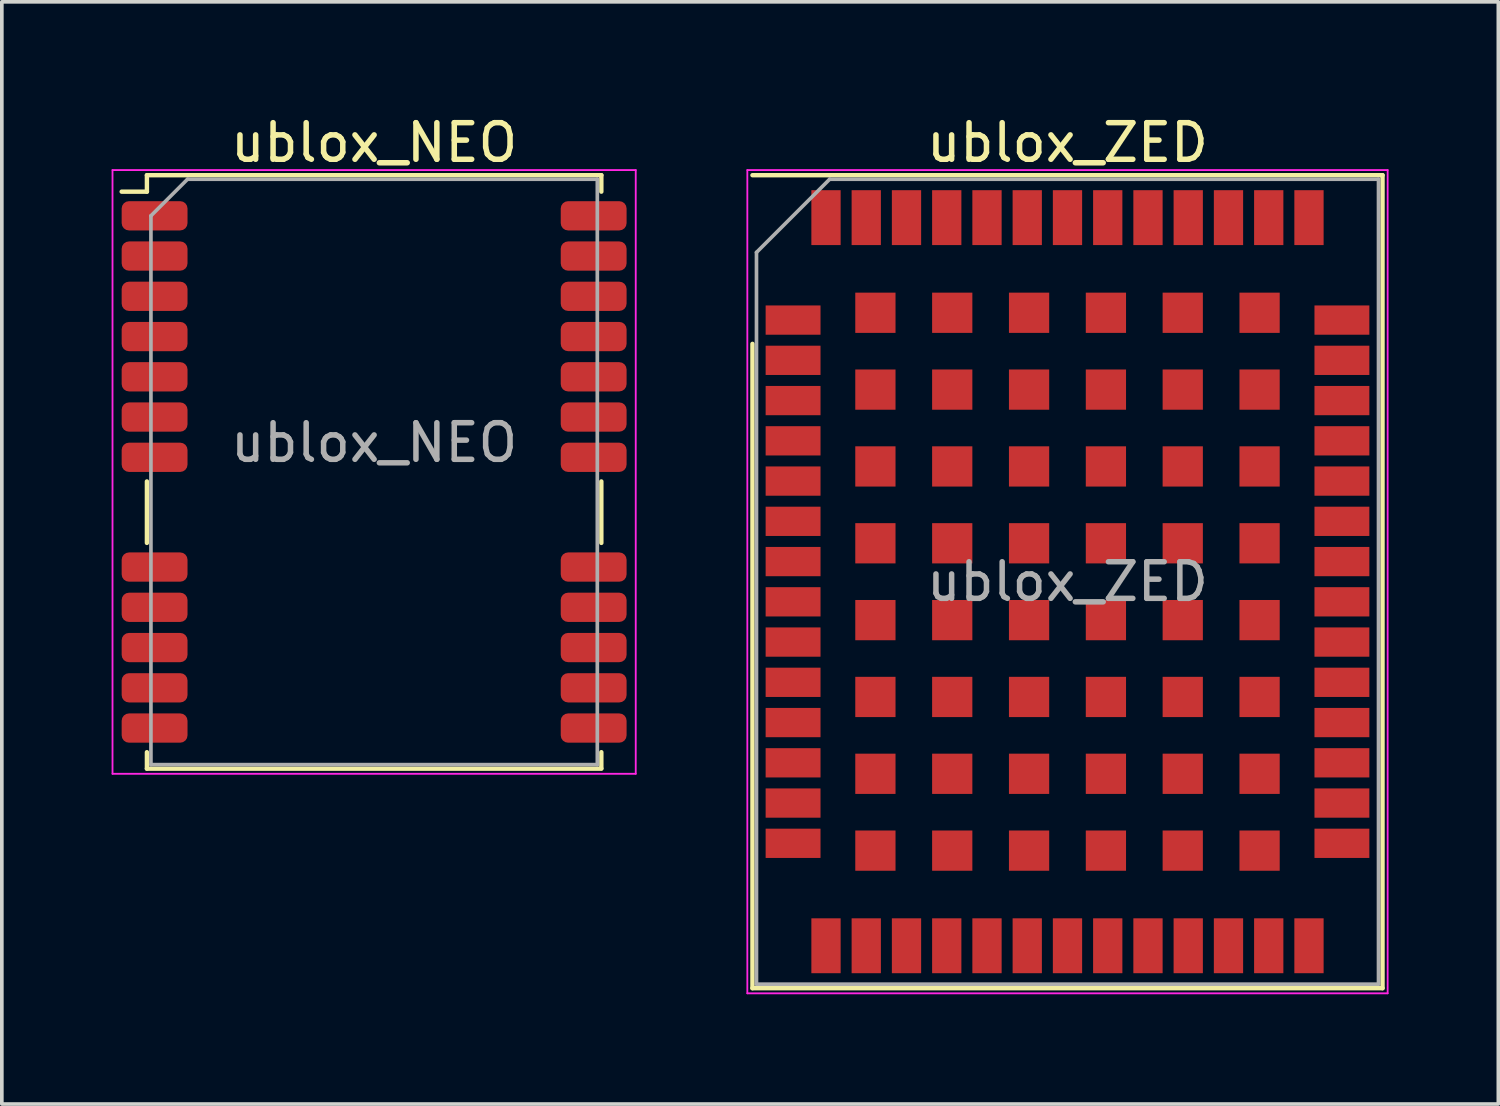
<source format=kicad_pcb>
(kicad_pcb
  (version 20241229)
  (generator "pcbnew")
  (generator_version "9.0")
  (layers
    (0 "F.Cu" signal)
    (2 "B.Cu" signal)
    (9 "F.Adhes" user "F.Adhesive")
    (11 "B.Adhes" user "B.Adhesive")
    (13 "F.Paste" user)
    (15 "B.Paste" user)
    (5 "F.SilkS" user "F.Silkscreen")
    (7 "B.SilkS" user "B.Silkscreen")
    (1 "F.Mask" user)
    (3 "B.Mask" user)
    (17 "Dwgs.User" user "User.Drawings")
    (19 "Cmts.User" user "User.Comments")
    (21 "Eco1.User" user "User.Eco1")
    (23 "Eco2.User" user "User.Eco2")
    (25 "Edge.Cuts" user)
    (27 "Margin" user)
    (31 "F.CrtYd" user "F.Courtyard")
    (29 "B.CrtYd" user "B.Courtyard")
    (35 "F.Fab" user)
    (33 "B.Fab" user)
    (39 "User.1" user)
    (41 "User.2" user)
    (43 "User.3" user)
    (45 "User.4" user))
  (footprint "ublox_NEO"
    (layer "F.Cu")
    (at 7.175 9.848)
    (property "Reference" "ublox_NEO" (at 0 -9 0) (layer "F.SilkS") (effects (font (size 1 1) (thickness 0.15))))
    (attr smd)
    (fp_line (start -6.9 -7.66) (end -6.21 -7.66) (stroke (width 0.12) (type solid)) (layer "F.SilkS"))
    (fp_line (start -6.21 -8.11) (end -6.21 -7.66) (stroke (width 0.12) (type solid)) (layer "F.SilkS"))
    (fp_line (start -6.21 -8.11) (end 6.21 -8.11) (stroke (width 0.12) (type solid)) (layer "F.SilkS"))
    (fp_line (start -6.21 0.26) (end -6.21 1.94) (stroke (width 0.12) (type solid)) (layer "F.SilkS"))
    (fp_line (start -6.21 7.66) (end -6.21 8.11) (stroke (width 0.12) (type solid)) (layer "F.SilkS"))
    (fp_line (start -6.21 8.11) (end 6.21 8.11) (stroke (width 0.12) (type solid)) (layer "F.SilkS"))
    (fp_line (start 6.21 -8.11) (end 6.21 -7.66) (stroke (width 0.12) (type solid)) (layer "F.SilkS"))
    (fp_line (start 6.21 0.26) (end 6.21 1.94) (stroke (width 0.12) (type solid)) (layer "F.SilkS"))
    (fp_line (start 6.21 7.66) (end 6.21 8.1) (stroke (width 0.12) (type solid)) (layer "F.SilkS"))
    (fp_line (start -7.15 -8.25) (end -7.15 8.25) (stroke (width 0.05) (type solid)) (layer "F.CrtYd"))
    (fp_line (start -7.15 -8.25) (end 7.15 -8.25) (stroke (width 0.05) (type solid)) (layer "F.CrtYd"))
    (fp_line (start -7.15 8.25) (end 7.15 8.25) (stroke (width 0.05) (type solid)) (layer "F.CrtYd"))
    (fp_line (start 7.15 -8.25) (end 7.15 8.25) (stroke (width 0.05) (type solid)) (layer "F.CrtYd"))
    (fp_line (start -6.1 -7) (end -6.1 8) (stroke (width 0.1) (type solid)) (layer "F.Fab"))
    (fp_line (start -6.1 8) (end 6.1 8) (stroke (width 0.1) (type solid)) (layer "F.Fab"))
    (fp_line (start -5.1 -8) (end -6.1 -7) (stroke (width 0.1) (type solid)) (layer "F.Fab"))
    (fp_line (start -5.1 -8) (end 6.1 -8) (stroke (width 0.1) (type solid)) (layer "F.Fab"))
    (fp_line (start 6.1 -8) (end 6.1 8) (stroke (width 0.1) (type solid)) (layer "F.Fab"))
    (fp_text user "${REFERENCE}" (at 0 -0.8 0) (layer "F.Fab") (effects (font (size 1 1) (thickness 0.15))))
    (pad "1" smd roundrect (at -6 -7) (size 1.8 0.8) (layers "F.Cu" "F.Mask" "F.Paste") (roundrect_rratio 0.25))
    (pad "2" smd roundrect (at -6 -5.9) (size 1.8 0.8) (layers "F.Cu" "F.Mask" "F.Paste") (roundrect_rratio 0.25))
    (pad "3" smd roundrect (at -6 -4.8) (size 1.8 0.8) (layers "F.Cu" "F.Mask" "F.Paste") (roundrect_rratio 0.25))
    (pad "4" smd roundrect (at -6 -3.7) (size 1.8 0.8) (layers "F.Cu" "F.Mask" "F.Paste") (roundrect_rratio 0.25))
    (pad "5" smd roundrect (at -6 -2.6) (size 1.8 0.8) (layers "F.Cu" "F.Mask" "F.Paste") (roundrect_rratio 0.25))
    (pad "6" smd roundrect (at -6 -1.5) (size 1.8 0.8) (layers "F.Cu" "F.Mask" "F.Paste") (roundrect_rratio 0.25))
    (pad "7" smd roundrect (at -6 -0.4) (size 1.8 0.8) (layers "F.Cu" "F.Mask" "F.Paste") (roundrect_rratio 0.25))
    (pad "8" smd roundrect (at -6 2.6) (size 1.8 0.8) (layers "F.Cu" "F.Mask" "F.Paste") (roundrect_rratio 0.25))
    (pad "9" smd roundrect (at -6 3.7) (size 1.8 0.8) (layers "F.Cu" "F.Mask" "F.Paste") (roundrect_rratio 0.25))
    (pad "10" smd roundrect (at -6 4.8) (size 1.8 0.8) (layers "F.Cu" "F.Mask" "F.Paste") (roundrect_rratio 0.25))
    (pad "11" smd roundrect (at -6 5.9) (size 1.8 0.8) (layers "F.Cu" "F.Mask" "F.Paste") (roundrect_rratio 0.25))
    (pad "12" smd roundrect (at -6 7) (size 1.8 0.8) (layers "F.Cu" "F.Mask" "F.Paste") (roundrect_rratio 0.25))
    (pad "13" smd roundrect (at 6 7) (size 1.8 0.8) (layers "F.Cu" "F.Mask" "F.Paste") (roundrect_rratio 0.25))
    (pad "14" smd roundrect (at 6 5.9) (size 1.8 0.8) (layers "F.Cu" "F.Mask" "F.Paste") (roundrect_rratio 0.25))
    (pad "15" smd roundrect (at 6 4.8) (size 1.8 0.8) (layers "F.Cu" "F.Mask" "F.Paste") (roundrect_rratio 0.25))
    (pad "16" smd roundrect (at 6 3.7) (size 1.8 0.8) (layers "F.Cu" "F.Mask" "F.Paste") (roundrect_rratio 0.25))
    (pad "17" smd roundrect (at 6 2.6) (size 1.8 0.8) (layers "F.Cu" "F.Mask" "F.Paste") (roundrect_rratio 0.25))
    (pad "18" smd roundrect (at 6 -0.4) (size 1.8 0.8) (layers "F.Cu" "F.Mask" "F.Paste") (roundrect_rratio 0.25))
    (pad "19" smd roundrect (at 6 -1.5) (size 1.8 0.8) (layers "F.Cu" "F.Mask" "F.Paste") (roundrect_rratio 0.25))
    (pad "20" smd roundrect (at 6 -2.6) (size 1.8 0.8) (layers "F.Cu" "F.Mask" "F.Paste") (roundrect_rratio 0.25))
    (pad "21" smd roundrect (at 6 -3.7) (size 1.8 0.8) (layers "F.Cu" "F.Mask" "F.Paste") (roundrect_rratio 0.25))
    (pad "22" smd roundrect (at 6 -4.8) (size 1.8 0.8) (layers "F.Cu" "F.Mask" "F.Paste") (roundrect_rratio 0.25))
    (pad "23" smd roundrect (at 6 -5.9) (size 1.8 0.8) (layers "F.Cu" "F.Mask" "F.Paste") (roundrect_rratio 0.25))
    (pad "24" smd roundrect (at 6 -7) (size 1.8 0.8) (layers "F.Cu" "F.Mask" "F.Paste") (roundrect_rratio 0.25)))
  (footprint "ublox_ZED"
    (layer "F.Cu")
    (at 26.125 12.848)
    (property "Reference" "ublox_ZED" (at 0 -12 0) (layer "F.SilkS") (effects (font (size 1 1) (thickness 0.15))))
    (attr smd)
    (fp_line (start -8.61 -11.11) (end 8.61 -11.11) (stroke (width 0.12) (type solid)) (layer "F.SilkS"))
    (fp_line (start -8.61 -6.5) (end -8.61 11.11) (stroke (width 0.12) (type solid)) (layer "F.SilkS"))
    (fp_line (start -8.61 11.11) (end 8.61 11.11) (stroke (width 0.12) (type solid)) (layer "F.SilkS"))
    (fp_line (start 8.61 -11.11) (end 8.61 11.11) (stroke (width 0.12) (type solid)) (layer "F.SilkS"))
    (fp_line (start -8.75 -11.25) (end -8.75 11.25) (stroke (width 0.05) (type solid)) (layer "F.CrtYd"))
    (fp_line (start -8.75 -11.25) (end 8.75 -11.25) (stroke (width 0.05) (type solid)) (layer "F.CrtYd"))
    (fp_line (start -8.75 11.25) (end 8.75 11.25) (stroke (width 0.05) (type solid)) (layer "F.CrtYd"))
    (fp_line (start 8.75 -11.25) (end 8.75 11.25) (stroke (width 0.05) (type solid)) (layer "F.CrtYd"))
    (fp_line (start -8.5 -9) (end -8.5 11) (stroke (width 0.1) (type solid)) (layer "F.Fab"))
    (fp_line (start -8.5 -9) (end -6.5 -11) (stroke (width 0.1) (type solid)) (layer "F.Fab"))
    (fp_line (start -8.5 11) (end 8.5 11) (stroke (width 0.1) (type solid)) (layer "F.Fab"))
    (fp_line (start -6.5 -11) (end 8.5 -11) (stroke (width 0.1) (type solid)) (layer "F.Fab"))
    (fp_line (start 8.5 -11) (end 8.5 11) (stroke (width 0.1) (type solid)) (layer "F.Fab"))
    (fp_text user "${REFERENCE}" (at 0 0 0) (layer "F.Fab") (effects (font (size 1 1) (thickness 0.15))))
    (pad "1" smd rect (at -7.5 -7.15) (size 1.5 0.8) (layers "F.Cu" "F.Mask" "F.Paste"))
    (pad "2" smd rect (at -7.5 -6.05) (size 1.5 0.8) (layers "F.Cu" "F.Mask" "F.Paste"))
    (pad "3" smd rect (at -7.5 -4.95) (size 1.5 0.8) (layers "F.Cu" "F.Mask" "F.Paste"))
    (pad "4" smd rect (at -7.5 -3.85) (size 1.5 0.8) (layers "F.Cu" "F.Mask" "F.Paste"))
    (pad "5" smd rect (at -7.5 -2.75) (size 1.5 0.8) (layers "F.Cu" "F.Mask" "F.Paste"))
    (pad "6" smd rect (at -7.5 -1.65) (size 1.5 0.8) (layers "F.Cu" "F.Mask" "F.Paste"))
    (pad "7" smd rect (at -7.5 -0.55) (size 1.5 0.8) (layers "F.Cu" "F.Mask" "F.Paste"))
    (pad "8" smd rect (at -7.5 0.55) (size 1.5 0.8) (layers "F.Cu" "F.Mask" "F.Paste"))
    (pad "9" smd rect (at -7.5 1.65) (size 1.5 0.8) (layers "F.Cu" "F.Mask" "F.Paste"))
    (pad "10" smd rect (at -7.5 2.75) (size 1.5 0.8) (layers "F.Cu" "F.Mask" "F.Paste"))
    (pad "11" smd rect (at -7.5 3.85) (size 1.5 0.8) (layers "F.Cu" "F.Mask" "F.Paste"))
    (pad "12" smd rect (at -7.5 4.95) (size 1.5 0.8) (layers "F.Cu" "F.Mask" "F.Paste"))
    (pad "13" smd rect (at -7.5 6.05) (size 1.5 0.8) (layers "F.Cu" "F.Mask" "F.Paste"))
    (pad "14" smd rect (at -7.5 7.15) (size 1.5 0.8) (layers "F.Cu" "F.Mask" "F.Paste"))
    (pad "15" smd rect (at -6.6 9.95 90) (size 1.5 0.8) (layers "F.Cu" "F.Mask" "F.Paste"))
    (pad "16" smd rect (at -5.5 9.95 90) (size 1.5 0.8) (layers "F.Cu" "F.Mask" "F.Paste"))
    (pad "17" smd rect (at -4.4 9.95 90) (size 1.5 0.8) (layers "F.Cu" "F.Mask" "F.Paste"))
    (pad "18" smd rect (at -3.3 9.95 270) (size 1.5 0.8) (layers "F.Cu" "F.Mask" "F.Paste"))
    (pad "19" smd rect (at -2.2 9.95 90) (size 1.5 0.8) (layers "F.Cu" "F.Mask" "F.Paste"))
    (pad "20" smd rect (at -1.1 9.95 90) (size 1.5 0.8) (layers "F.Cu" "F.Mask" "F.Paste"))
    (pad "21" smd rect (at 0 9.95 90) (size 1.5 0.8) (layers "F.Cu" "F.Mask" "F.Paste"))
    (pad "22" smd rect (at 1.1 9.95 90) (size 1.5 0.8) (layers "F.Cu" "F.Mask" "F.Paste"))
    (pad "23" smd rect (at 2.2 9.95 90) (size 1.5 0.8) (layers "F.Cu" "F.Mask" "F.Paste"))
    (pad "24" smd rect (at 3.3 9.95 90) (size 1.5 0.8) (layers "F.Cu" "F.Mask" "F.Paste"))
    (pad "25" smd rect (at 4.4 9.95 90) (size 1.5 0.8) (layers "F.Cu" "F.Mask" "F.Paste"))
    (pad "26" smd rect (at 5.5 9.95 90) (size 1.5 0.8) (layers "F.Cu" "F.Mask" "F.Paste"))
    (pad "27" smd rect (at 6.6 9.95 90) (size 1.5 0.8) (layers "F.Cu" "F.Mask" "F.Paste"))
    (pad "28" smd rect (at 7.5 7.15) (size 1.5 0.8) (layers "F.Cu" "F.Mask" "F.Paste"))
    (pad "29" smd rect (at 7.5 6.05) (size 1.5 0.8) (layers "F.Cu" "F.Mask" "F.Paste"))
    (pad "30" smd rect (at 7.5 4.95) (size 1.5 0.8) (layers "F.Cu" "F.Mask" "F.Paste"))
    (pad "31" smd rect (at 7.5 3.85) (size 1.5 0.8) (layers "F.Cu" "F.Mask" "F.Paste"))
    (pad "32" smd rect (at 7.5 2.75) (size 1.5 0.8) (layers "F.Cu" "F.Mask" "F.Paste"))
    (pad "33" smd rect (at 7.5 1.65) (size 1.5 0.8) (layers "F.Cu" "F.Mask" "F.Paste"))
    (pad "34" smd rect (at 7.5 0.55) (size 1.5 0.8) (layers "F.Cu" "F.Mask" "F.Paste"))
    (pad "35" smd rect (at 7.5 -0.55) (size 1.5 0.8) (layers "F.Cu" "F.Mask" "F.Paste"))
    (pad "36" smd rect (at 7.5 -1.65) (size 1.5 0.8) (layers "F.Cu" "F.Mask" "F.Paste"))
    (pad "37" smd rect (at 7.5 -2.75) (size 1.5 0.8) (layers "F.Cu" "F.Mask" "F.Paste"))
    (pad "38" smd rect (at 7.5 -3.85) (size 1.5 0.8) (layers "F.Cu" "F.Mask" "F.Paste"))
    (pad "39" smd rect (at 7.5 -4.95) (size 1.5 0.8) (layers "F.Cu" "F.Mask" "F.Paste"))
    (pad "40" smd rect (at 7.5 -6.05) (size 1.5 0.8) (layers "F.Cu" "F.Mask" "F.Paste"))
    (pad "41" smd rect (at 7.5 -7.15) (size 1.5 0.8) (layers "F.Cu" "F.Mask" "F.Paste"))
    (pad "42" smd rect (at 6.6 -9.95 90) (size 1.5 0.8) (layers "F.Cu" "F.Mask" "F.Paste"))
    (pad "43" smd rect (at 5.5 -9.95 90) (size 1.5 0.8) (layers "F.Cu" "F.Mask" "F.Paste"))
    (pad "44" smd rect (at 4.4 -9.95 90) (size 1.5 0.8) (layers "F.Cu" "F.Mask" "F.Paste"))
    (pad "45" smd rect (at 3.3 -9.95 90) (size 1.5 0.8) (layers "F.Cu" "F.Mask" "F.Paste"))
    (pad "46" smd rect (at 2.2 -9.95 90) (size 1.5 0.8) (layers "F.Cu" "F.Mask" "F.Paste"))
    (pad "47" smd rect (at 1.1 -9.95 90) (size 1.5 0.8) (layers "F.Cu" "F.Mask" "F.Paste"))
    (pad "48" smd rect (at 0 -9.95 90) (size 1.5 0.8) (layers "F.Cu" "F.Mask" "F.Paste"))
    (pad "49" smd rect (at -1.1 -9.95 90) (size 1.5 0.8) (layers "F.Cu" "F.Mask" "F.Paste"))
    (pad "50" smd rect (at -2.2 -9.95 90) (size 1.5 0.8) (layers "F.Cu" "F.Mask" "F.Paste"))
    (pad "51" smd rect (at -3.3 -9.95 90) (size 1.5 0.8) (layers "F.Cu" "F.Mask" "F.Paste"))
    (pad "52" smd rect (at -4.4 -9.95 90) (size 1.5 0.8) (layers "F.Cu" "F.Mask" "F.Paste"))
    (pad "53" smd rect (at -5.5 -9.95 90) (size 1.5 0.8) (layers "F.Cu" "F.Mask" "F.Paste"))
    (pad "54" smd rect (at -6.6 -9.95 90) (size 1.5 0.8) (layers "F.Cu" "F.Mask" "F.Paste"))
    (pad "55" smd rect (at -5.25 -7.35) (size 1.1 1.1) (layers "F.Cu" "F.Mask" "F.Paste"))
    (pad "55" smd rect (at -5.25 -5.25) (size 1.1 1.1) (layers "F.Cu" "F.Mask" "F.Paste"))
    (pad "55" smd rect (at -5.25 -3.15) (size 1.1 1.1) (layers "F.Cu" "F.Mask" "F.Paste"))
    (pad "55" smd rect (at -5.25 -1.05) (size 1.1 1.1) (layers "F.Cu" "F.Mask" "F.Paste"))
    (pad "55" smd rect (at -5.25 1.05) (size 1.1 1.1) (layers "F.Cu" "F.Mask" "F.Paste"))
    (pad "55" smd rect (at -5.25 3.15) (size 1.1 1.1) (layers "F.Cu" "F.Mask" "F.Paste"))
    (pad "55" smd rect (at -5.25 5.25) (size 1.1 1.1) (layers "F.Cu" "F.Mask" "F.Paste"))
    (pad "55" smd rect (at -5.25 7.35) (size 1.1 1.1) (layers "F.Cu" "F.Mask" "F.Paste"))
    (pad "55" smd rect (at -3.15 -7.35) (size 1.1 1.1) (layers "F.Cu" "F.Mask" "F.Paste"))
    (pad "55" smd rect (at -3.15 -5.25) (size 1.1 1.1) (layers "F.Cu" "F.Mask" "F.Paste"))
    (pad "55" smd rect (at -3.15 -3.15) (size 1.1 1.1) (layers "F.Cu" "F.Mask" "F.Paste"))
    (pad "55" smd rect (at -3.15 -1.05) (size 1.1 1.1) (layers "F.Cu" "F.Mask" "F.Paste"))
    (pad "55" smd rect (at -3.15 1.05) (size 1.1 1.1) (layers "F.Cu" "F.Mask" "F.Paste"))
    (pad "55" smd rect (at -3.15 3.15) (size 1.1 1.1) (layers "F.Cu" "F.Mask" "F.Paste"))
    (pad "55" smd rect (at -3.15 5.25) (size 1.1 1.1) (layers "F.Cu" "F.Mask" "F.Paste"))
    (pad "55" smd rect (at -3.15 7.35) (size 1.1 1.1) (layers "F.Cu" "F.Mask" "F.Paste"))
    (pad "55" smd rect (at -1.05 -7.35) (size 1.1 1.1) (layers "F.Cu" "F.Mask" "F.Paste"))
    (pad "55" smd rect (at -1.05 -5.25) (size 1.1 1.1) (layers "F.Cu" "F.Mask" "F.Paste"))
    (pad "55" smd rect (at -1.05 -3.15) (size 1.1 1.1) (layers "F.Cu" "F.Mask" "F.Paste"))
    (pad "55" smd rect (at -1.05 -1.05) (size 1.1 1.1) (layers "F.Cu" "F.Mask" "F.Paste"))
    (pad "55" smd rect (at -1.05 1.05) (size 1.1 1.1) (layers "F.Cu" "F.Mask" "F.Paste"))
    (pad "55" smd rect (at -1.05 3.15) (size 1.1 1.1) (layers "F.Cu" "F.Mask" "F.Paste"))
    (pad "55" smd rect (at -1.05 5.25) (size 1.1 1.1) (layers "F.Cu" "F.Mask" "F.Paste"))
    (pad "55" smd rect (at -1.05 7.35) (size 1.1 1.1) (layers "F.Cu" "F.Mask" "F.Paste"))
    (pad "55" smd rect (at 1.05 -7.35) (size 1.1 1.1) (layers "F.Cu" "F.Mask" "F.Paste"))
    (pad "55" smd rect (at 1.05 -5.25) (size 1.1 1.1) (layers "F.Cu" "F.Mask" "F.Paste"))
    (pad "55" smd rect (at 1.05 -3.15) (size 1.1 1.1) (layers "F.Cu" "F.Mask" "F.Paste"))
    (pad "55" smd rect (at 1.05 -1.05) (size 1.1 1.1) (layers "F.Cu" "F.Mask" "F.Paste"))
    (pad "55" smd rect (at 1.05 1.05) (size 1.1 1.1) (layers "F.Cu" "F.Mask" "F.Paste"))
    (pad "55" smd rect (at 1.05 3.15) (size 1.1 1.1) (layers "F.Cu" "F.Mask" "F.Paste"))
    (pad "55" smd rect (at 1.05 5.25) (size 1.1 1.1) (layers "F.Cu" "F.Mask" "F.Paste"))
    (pad "55" smd rect (at 1.05 7.35) (size 1.1 1.1) (layers "F.Cu" "F.Mask" "F.Paste"))
    (pad "55" smd rect (at 3.15 -7.35) (size 1.1 1.1) (layers "F.Cu" "F.Mask" "F.Paste"))
    (pad "55" smd rect (at 3.15 -5.25) (size 1.1 1.1) (layers "F.Cu" "F.Mask" "F.Paste"))
    (pad "55" smd rect (at 3.15 -3.15) (size 1.1 1.1) (layers "F.Cu" "F.Mask" "F.Paste"))
    (pad "55" smd rect (at 3.15 -1.05) (size 1.1 1.1) (layers "F.Cu" "F.Mask" "F.Paste"))
    (pad "55" smd rect (at 3.15 1.05) (size 1.1 1.1) (layers "F.Cu" "F.Mask" "F.Paste"))
    (pad "55" smd rect (at 3.15 3.15) (size 1.1 1.1) (layers "F.Cu" "F.Mask" "F.Paste"))
    (pad "55" smd rect (at 3.15 5.25) (size 1.1 1.1) (layers "F.Cu" "F.Mask" "F.Paste"))
    (pad "55" smd rect (at 3.15 7.35) (size 1.1 1.1) (layers "F.Cu" "F.Mask" "F.Paste"))
    (pad "55" smd rect (at 5.25 -7.35) (size 1.1 1.1) (layers "F.Cu" "F.Mask" "F.Paste"))
    (pad "55" smd rect (at 5.25 -5.25) (size 1.1 1.1) (layers "F.Cu" "F.Mask" "F.Paste"))
    (pad "55" smd rect (at 5.25 -3.15) (size 1.1 1.1) (layers "F.Cu" "F.Mask" "F.Paste"))
    (pad "55" smd rect (at 5.25 -1.05) (size 1.1 1.1) (layers "F.Cu" "F.Mask" "F.Paste"))
    (pad "55" smd rect (at 5.25 1.05) (size 1.1 1.1) (layers "F.Cu" "F.Mask" "F.Paste"))
    (pad "55" smd rect (at 5.25 3.15) (size 1.1 1.1) (layers "F.Cu" "F.Mask" "F.Paste"))
    (pad "55" smd rect (at 5.25 5.25) (size 1.1 1.1) (layers "F.Cu" "F.Mask" "F.Paste"))
    (pad "55" smd rect (at 5.25 7.35) (size 1.1 1.1) (layers "F.Cu" "F.Mask" "F.Paste")))
  (gr_rect
    (start -3 -3)
    (end 37.9 27.123)
    (stroke (width 0.1) (type default))
    (fill no)
    (layer "Edge.Cuts")))
</source>
